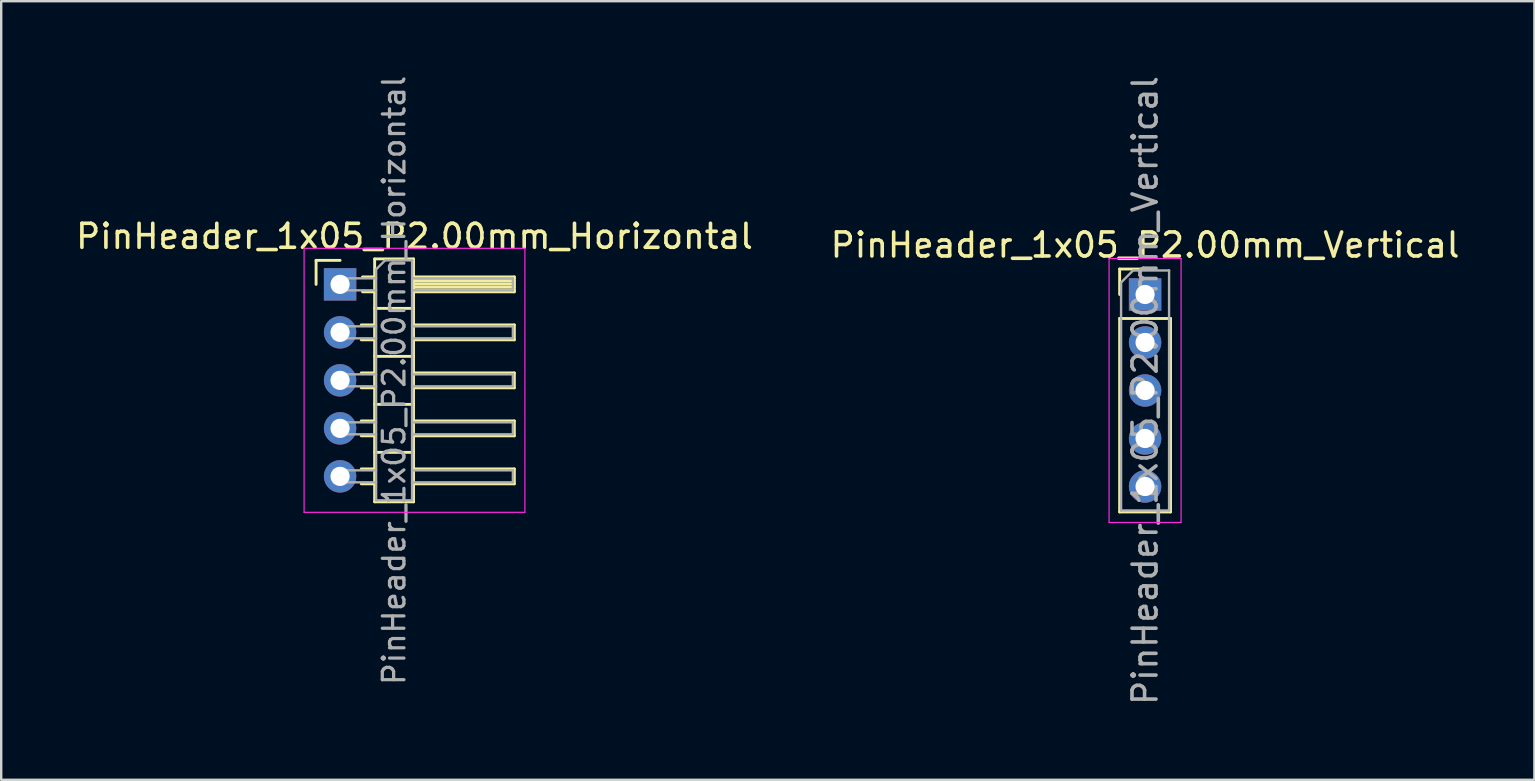
<source format=kicad_pcb>
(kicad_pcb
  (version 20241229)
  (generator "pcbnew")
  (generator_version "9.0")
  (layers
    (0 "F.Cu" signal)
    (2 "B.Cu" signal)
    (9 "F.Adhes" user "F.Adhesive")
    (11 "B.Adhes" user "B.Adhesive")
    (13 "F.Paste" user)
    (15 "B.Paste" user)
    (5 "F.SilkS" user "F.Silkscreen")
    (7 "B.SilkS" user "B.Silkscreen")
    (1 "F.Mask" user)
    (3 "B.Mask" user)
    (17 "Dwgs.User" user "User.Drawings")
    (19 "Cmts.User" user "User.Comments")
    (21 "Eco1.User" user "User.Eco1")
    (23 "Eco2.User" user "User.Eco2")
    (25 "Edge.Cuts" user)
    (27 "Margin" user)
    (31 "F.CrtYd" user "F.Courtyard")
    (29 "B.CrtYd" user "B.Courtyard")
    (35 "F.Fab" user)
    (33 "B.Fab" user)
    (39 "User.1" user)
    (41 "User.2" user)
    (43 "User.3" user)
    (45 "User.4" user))
  (footprint "PinHeader_1x05_P2.00mm_Horizontal"
    (layer "F.Cu")
    (at 11.12 8.798)
    (property "Reference" "PinHeader_1x05_P2.00mm_Horizontal" (at 3.1 -2 0) (layer "F.SilkS") (effects (font (size 1 1) (thickness 0.15))))
    (attr through_hole)
    (fp_line (start -1 -1) (end 0 -1) (stroke (width 0.12) (type solid)) (layer "F.SilkS"))
    (fp_line (start -1 0) (end -1 -1) (stroke (width 0.12) (type solid)) (layer "F.SilkS"))
    (fp_line (start 0.882 1.69) (end 1.44 1.69) (stroke (width 0.12) (type solid)) (layer "F.SilkS"))
    (fp_line (start 0.882 2.31) (end 1.44 2.31) (stroke (width 0.12) (type solid)) (layer "F.SilkS"))
    (fp_line (start 0.882 3.69) (end 1.44 3.69) (stroke (width 0.12) (type solid)) (layer "F.SilkS"))
    (fp_line (start 0.882 4.31) (end 1.44 4.31) (stroke (width 0.12) (type solid)) (layer "F.SilkS"))
    (fp_line (start 0.882 5.69) (end 1.44 5.69) (stroke (width 0.12) (type solid)) (layer "F.SilkS"))
    (fp_line (start 0.882 6.31) (end 1.44 6.31) (stroke (width 0.12) (type solid)) (layer "F.SilkS"))
    (fp_line (start 0.882 7.69) (end 1.44 7.69) (stroke (width 0.12) (type solid)) (layer "F.SilkS"))
    (fp_line (start 0.882 8.31) (end 1.44 8.31) (stroke (width 0.12) (type solid)) (layer "F.SilkS"))
    (fp_line (start 0.935 -0.31) (end 1.44 -0.31) (stroke (width 0.12) (type solid)) (layer "F.SilkS"))
    (fp_line (start 0.935 0.31) (end 1.44 0.31) (stroke (width 0.12) (type solid)) (layer "F.SilkS"))
    (fp_line (start 1.44 -1.06) (end 1.44 9.06) (stroke (width 0.12) (type solid)) (layer "F.SilkS"))
    (fp_line (start 1.44 1) (end 3.06 1) (stroke (width 0.12) (type solid)) (layer "F.SilkS"))
    (fp_line (start 1.44 3) (end 3.06 3) (stroke (width 0.12) (type solid)) (layer "F.SilkS"))
    (fp_line (start 1.44 5) (end 3.06 5) (stroke (width 0.12) (type solid)) (layer "F.SilkS"))
    (fp_line (start 1.44 7) (end 3.06 7) (stroke (width 0.12) (type solid)) (layer "F.SilkS"))
    (fp_line (start 1.44 9.06) (end 3.06 9.06) (stroke (width 0.12) (type solid)) (layer "F.SilkS"))
    (fp_line (start 3.06 -1.06) (end 1.44 -1.06) (stroke (width 0.12) (type solid)) (layer "F.SilkS"))
    (fp_line (start 3.06 -0.31) (end 7.26 -0.31) (stroke (width 0.12) (type solid)) (layer "F.SilkS"))
    (fp_line (start 3.06 -0.25) (end 7.26 -0.25) (stroke (width 0.12) (type solid)) (layer "F.SilkS"))
    (fp_line (start 3.06 -0.13) (end 7.26 -0.13) (stroke (width 0.12) (type solid)) (layer "F.SilkS"))
    (fp_line (start 3.06 -0.01) (end 7.26 -0.01) (stroke (width 0.12) (type solid)) (layer "F.SilkS"))
    (fp_line (start 3.06 0.11) (end 7.26 0.11) (stroke (width 0.12) (type solid)) (layer "F.SilkS"))
    (fp_line (start 3.06 0.23) (end 7.26 0.23) (stroke (width 0.12) (type solid)) (layer "F.SilkS"))
    (fp_line (start 3.06 1.69) (end 7.26 1.69) (stroke (width 0.12) (type solid)) (layer "F.SilkS"))
    (fp_line (start 3.06 3.69) (end 7.26 3.69) (stroke (width 0.12) (type solid)) (layer "F.SilkS"))
    (fp_line (start 3.06 5.69) (end 7.26 5.69) (stroke (width 0.12) (type solid)) (layer "F.SilkS"))
    (fp_line (start 3.06 7.69) (end 7.26 7.69) (stroke (width 0.12) (type solid)) (layer "F.SilkS"))
    (fp_line (start 3.06 9.06) (end 3.06 -1.06) (stroke (width 0.12) (type solid)) (layer "F.SilkS"))
    (fp_line (start 7.26 -0.31) (end 7.26 0.31) (stroke (width 0.12) (type solid)) (layer "F.SilkS"))
    (fp_line (start 7.26 0.31) (end 3.06 0.31) (stroke (width 0.12) (type solid)) (layer "F.SilkS"))
    (fp_line (start 7.26 1.69) (end 7.26 2.31) (stroke (width 0.12) (type solid)) (layer "F.SilkS"))
    (fp_line (start 7.26 2.31) (end 3.06 2.31) (stroke (width 0.12) (type solid)) (layer "F.SilkS"))
    (fp_line (start 7.26 3.69) (end 7.26 4.31) (stroke (width 0.12) (type solid)) (layer "F.SilkS"))
    (fp_line (start 7.26 4.31) (end 3.06 4.31) (stroke (width 0.12) (type solid)) (layer "F.SilkS"))
    (fp_line (start 7.26 5.69) (end 7.26 6.31) (stroke (width 0.12) (type solid)) (layer "F.SilkS"))
    (fp_line (start 7.26 6.31) (end 3.06 6.31) (stroke (width 0.12) (type solid)) (layer "F.SilkS"))
    (fp_line (start 7.26 7.69) (end 7.26 8.31) (stroke (width 0.12) (type solid)) (layer "F.SilkS"))
    (fp_line (start 7.26 8.31) (end 3.06 8.31) (stroke (width 0.12) (type solid)) (layer "F.SilkS"))
    (fp_line (start -1.5 -1.5) (end -1.5 9.5) (stroke (width 0.05) (type solid)) (layer "F.CrtYd"))
    (fp_line (start -1.5 9.5) (end 7.7 9.5) (stroke (width 0.05) (type solid)) (layer "F.CrtYd"))
    (fp_line (start 7.7 -1.5) (end -1.5 -1.5) (stroke (width 0.05) (type solid)) (layer "F.CrtYd"))
    (fp_line (start 7.7 9.5) (end 7.7 -1.5) (stroke (width 0.05) (type solid)) (layer "F.CrtYd"))
    (fp_line (start -0.25 -0.25) (end -0.25 0.25) (stroke (width 0.1) (type solid)) (layer "F.Fab"))
    (fp_line (start -0.25 -0.25) (end 1.5 -0.25) (stroke (width 0.1) (type solid)) (layer "F.Fab"))
    (fp_line (start -0.25 0.25) (end 1.5 0.25) (stroke (width 0.1) (type solid)) (layer "F.Fab"))
    (fp_line (start -0.25 1.75) (end -0.25 2.25) (stroke (width 0.1) (type solid)) (layer "F.Fab"))
    (fp_line (start -0.25 1.75) (end 1.5 1.75) (stroke (width 0.1) (type solid)) (layer "F.Fab"))
    (fp_line (start -0.25 2.25) (end 1.5 2.25) (stroke (width 0.1) (type solid)) (layer "F.Fab"))
    (fp_line (start -0.25 3.75) (end -0.25 4.25) (stroke (width 0.1) (type solid)) (layer "F.Fab"))
    (fp_line (start -0.25 3.75) (end 1.5 3.75) (stroke (width 0.1) (type solid)) (layer "F.Fab"))
    (fp_line (start -0.25 4.25) (end 1.5 4.25) (stroke (width 0.1) (type solid)) (layer "F.Fab"))
    (fp_line (start -0.25 5.75) (end -0.25 6.25) (stroke (width 0.1) (type solid)) (layer "F.Fab"))
    (fp_line (start -0.25 5.75) (end 1.5 5.75) (stroke (width 0.1) (type solid)) (layer "F.Fab"))
    (fp_line (start -0.25 6.25) (end 1.5 6.25) (stroke (width 0.1) (type solid)) (layer "F.Fab"))
    (fp_line (start -0.25 7.75) (end -0.25 8.25) (stroke (width 0.1) (type solid)) (layer "F.Fab"))
    (fp_line (start -0.25 7.75) (end 1.5 7.75) (stroke (width 0.1) (type solid)) (layer "F.Fab"))
    (fp_line (start -0.25 8.25) (end 1.5 8.25) (stroke (width 0.1) (type solid)) (layer "F.Fab"))
    (fp_line (start 1.5 -0.625) (end 1.875 -1) (stroke (width 0.1) (type solid)) (layer "F.Fab"))
    (fp_line (start 1.5 9) (end 1.5 -0.625) (stroke (width 0.1) (type solid)) (layer "F.Fab"))
    (fp_line (start 1.875 -1) (end 3 -1) (stroke (width 0.1) (type solid)) (layer "F.Fab"))
    (fp_line (start 3 -1) (end 3 9) (stroke (width 0.1) (type solid)) (layer "F.Fab"))
    (fp_line (start 3 -0.25) (end 7.2 -0.25) (stroke (width 0.1) (type solid)) (layer "F.Fab"))
    (fp_line (start 3 0.25) (end 7.2 0.25) (stroke (width 0.1) (type solid)) (layer "F.Fab"))
    (fp_line (start 3 1.75) (end 7.2 1.75) (stroke (width 0.1) (type solid)) (layer "F.Fab"))
    (fp_line (start 3 2.25) (end 7.2 2.25) (stroke (width 0.1) (type solid)) (layer "F.Fab"))
    (fp_line (start 3 3.75) (end 7.2 3.75) (stroke (width 0.1) (type solid)) (layer "F.Fab"))
    (fp_line (start 3 4.25) (end 7.2 4.25) (stroke (width 0.1) (type solid)) (layer "F.Fab"))
    (fp_line (start 3 5.75) (end 7.2 5.75) (stroke (width 0.1) (type solid)) (layer "F.Fab"))
    (fp_line (start 3 6.25) (end 7.2 6.25) (stroke (width 0.1) (type solid)) (layer "F.Fab"))
    (fp_line (start 3 7.75) (end 7.2 7.75) (stroke (width 0.1) (type solid)) (layer "F.Fab"))
    (fp_line (start 3 8.25) (end 7.2 8.25) (stroke (width 0.1) (type solid)) (layer "F.Fab"))
    (fp_line (start 3 9) (end 1.5 9) (stroke (width 0.1) (type solid)) (layer "F.Fab"))
    (fp_line (start 7.2 -0.25) (end 7.2 0.25) (stroke (width 0.1) (type solid)) (layer "F.Fab"))
    (fp_line (start 7.2 1.75) (end 7.2 2.25) (stroke (width 0.1) (type solid)) (layer "F.Fab"))
    (fp_line (start 7.2 3.75) (end 7.2 4.25) (stroke (width 0.1) (type solid)) (layer "F.Fab"))
    (fp_line (start 7.2 5.75) (end 7.2 6.25) (stroke (width 0.1) (type solid)) (layer "F.Fab"))
    (fp_line (start 7.2 7.75) (end 7.2 8.25) (stroke (width 0.1) (type solid)) (layer "F.Fab"))
    (fp_text user "${REFERENCE}" (at 2.25 4 90) (layer "F.Fab") (effects (font (size 0.9 0.9) (thickness 0.135))))
    (pad "1" thru_hole rect (at 0 0) (size 1.35 1.35) (drill 0.8) (layers "*.Cu" "*.Mask"))
    (pad "2" thru_hole oval (at 0 2) (size 1.35 1.35) (drill 0.8) (layers "*.Cu" "*.Mask"))
    (pad "3" thru_hole oval (at 0 4) (size 1.35 1.35) (drill 0.8) (layers "*.Cu" "*.Mask"))
    (pad "4" thru_hole oval (at 0 6) (size 1.35 1.35) (drill 0.8) (layers "*.Cu" "*.Mask"))
    (pad "5" thru_hole oval (at 0 8) (size 1.35 1.35) (drill 0.8) (layers "*.Cu" "*.Mask")))
  (footprint "PinHeader_1x05_P2.00mm_Vertical"
    (layer "F.Cu")
    (at 44.661 9.22)
    (property "Reference" "PinHeader_1x05_P2.00mm_Vertical" (at 0 -2.06 0) (layer "F.SilkS") (effects (font (size 1 1) (thickness 0.15))))
    (attr through_hole)
    (fp_line (start -1.06 -1.06) (end 0 -1.06) (stroke (width 0.12) (type solid)) (layer "F.SilkS"))
    (fp_line (start -1.06 0) (end -1.06 -1.06) (stroke (width 0.12) (type solid)) (layer "F.SilkS"))
    (fp_line (start -1.06 1) (end -1.06 9.06) (stroke (width 0.12) (type solid)) (layer "F.SilkS"))
    (fp_line (start -1.06 1) (end 1.06 1) (stroke (width 0.12) (type solid)) (layer "F.SilkS"))
    (fp_line (start -1.06 9.06) (end 1.06 9.06) (stroke (width 0.12) (type solid)) (layer "F.SilkS"))
    (fp_line (start 1.06 1) (end 1.06 9.06) (stroke (width 0.12) (type solid)) (layer "F.SilkS"))
    (fp_line (start -1.5 -1.5) (end -1.5 9.5) (stroke (width 0.05) (type solid)) (layer "F.CrtYd"))
    (fp_line (start -1.5 9.5) (end 1.5 9.5) (stroke (width 0.05) (type solid)) (layer "F.CrtYd"))
    (fp_line (start 1.5 -1.5) (end -1.5 -1.5) (stroke (width 0.05) (type solid)) (layer "F.CrtYd"))
    (fp_line (start 1.5 9.5) (end 1.5 -1.5) (stroke (width 0.05) (type solid)) (layer "F.CrtYd"))
    (fp_line (start -1 -0.5) (end -0.5 -1) (stroke (width 0.1) (type solid)) (layer "F.Fab"))
    (fp_line (start -1 9) (end -1 -0.5) (stroke (width 0.1) (type solid)) (layer "F.Fab"))
    (fp_line (start -0.5 -1) (end 1 -1) (stroke (width 0.1) (type solid)) (layer "F.Fab"))
    (fp_line (start 1 -1) (end 1 9) (stroke (width 0.1) (type solid)) (layer "F.Fab"))
    (fp_line (start 1 9) (end -1 9) (stroke (width 0.1) (type solid)) (layer "F.Fab"))
    (fp_text user "${REFERENCE}" (at 0 4 90) (layer "F.Fab") (effects (font (size 1 1) (thickness 0.15))))
    (pad "1" thru_hole rect (at 0 0) (size 1.35 1.35) (drill 0.8) (layers "*.Cu" "*.Mask"))
    (pad "2" thru_hole oval (at 0 2) (size 1.35 1.35) (drill 0.8) (layers "*.Cu" "*.Mask"))
    (pad "3" thru_hole oval (at 0 4) (size 1.35 1.35) (drill 0.8) (layers "*.Cu" "*.Mask"))
    (pad "4" thru_hole oval (at 0 6) (size 1.35 1.35) (drill 0.8) (layers "*.Cu" "*.Mask"))
    (pad "5" thru_hole oval (at 0 8) (size 1.35 1.35) (drill 0.8) (layers "*.Cu" "*.Mask")))
  (gr_rect
    (start -3 -3)
    (end 60.881 29.44)
    (stroke (width 0.1) (type default))
    (fill no)
    (layer "Edge.Cuts")))
</source>
